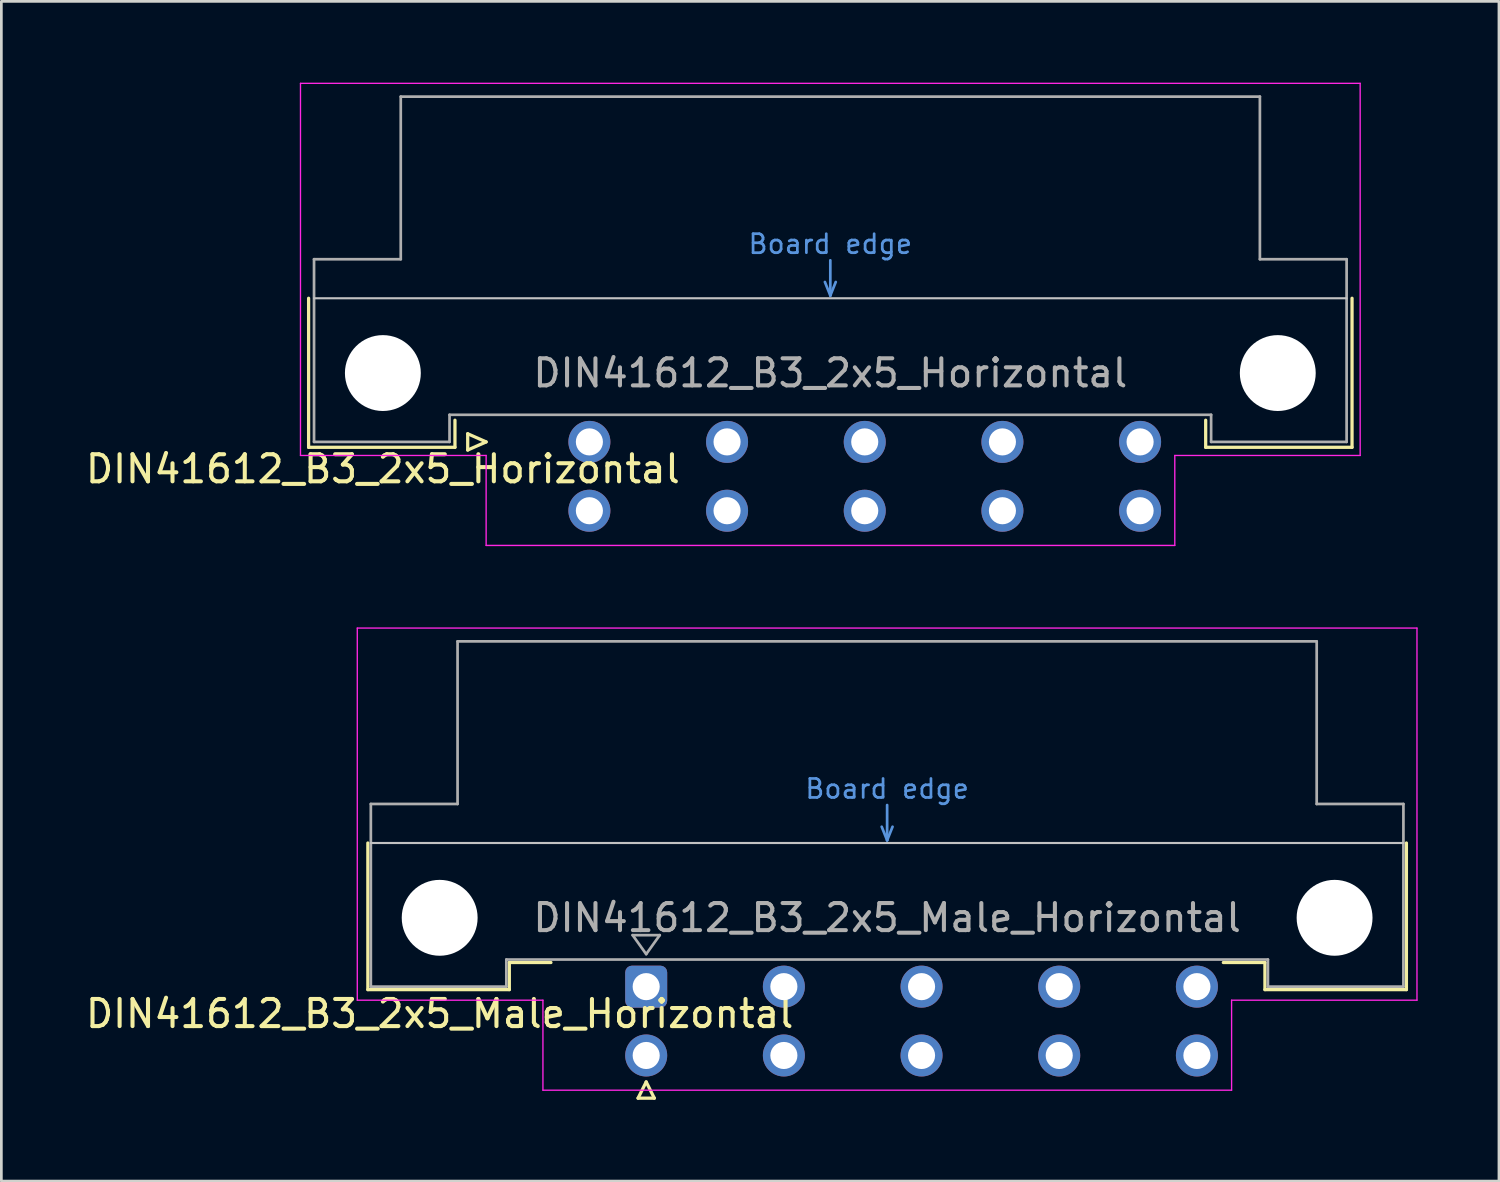
<source format=kicad_pcb>
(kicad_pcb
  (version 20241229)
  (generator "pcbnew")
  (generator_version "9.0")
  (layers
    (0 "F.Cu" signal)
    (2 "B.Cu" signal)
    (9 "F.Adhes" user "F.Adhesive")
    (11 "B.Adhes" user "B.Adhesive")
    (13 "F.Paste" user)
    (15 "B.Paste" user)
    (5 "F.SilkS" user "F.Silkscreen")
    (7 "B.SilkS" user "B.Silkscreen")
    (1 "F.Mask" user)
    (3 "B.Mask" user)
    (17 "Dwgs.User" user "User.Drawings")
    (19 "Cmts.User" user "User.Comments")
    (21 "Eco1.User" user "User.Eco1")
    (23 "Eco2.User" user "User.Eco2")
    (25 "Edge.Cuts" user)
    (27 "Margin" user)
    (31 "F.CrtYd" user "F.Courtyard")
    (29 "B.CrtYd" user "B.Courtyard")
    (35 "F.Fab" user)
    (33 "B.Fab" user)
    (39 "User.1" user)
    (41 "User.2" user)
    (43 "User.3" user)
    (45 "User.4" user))
  (footprint "DIN41612_B3_2x5_Male_Horizontal"
    (layer "F.Cu")
    (at 18.253 33.355)
    (property "Reference" "DIN41612_B3_2x5_Male_Horizontal" (at -5.08 1 0) (layer "F.SilkS") (effects (font (size 1 1) (thickness 0.15))))
    (attr through_hole)
    (fp_line (start -7.73 -5.3) (end -7.73 0.11) (stroke (width 0.12) (type solid)) (layer "F.SilkS"))
    (fp_line (start -7.73 0.11) (end -2.51 0.11) (stroke (width 0.12) (type solid)) (layer "F.SilkS"))
    (fp_line (start -2.51 -0.89) (end -0.975 -0.89) (stroke (width 0.12) (type solid)) (layer "F.SilkS"))
    (fp_line (start -2.51 0.11) (end -2.51 -0.89) (stroke (width 0.12) (type solid)) (layer "F.SilkS"))
    (fp_line (start 2.24 4.115) (end 2.84 4.115) (stroke (width 0.12) (type solid)) (layer "F.SilkS"))
    (fp_line (start 2.54 3.515) (end 2.24 4.115) (stroke (width 0.12) (type solid)) (layer "F.SilkS"))
    (fp_line (start 2.84 4.115) (end 2.54 3.515) (stroke (width 0.12) (type solid)) (layer "F.SilkS"))
    (fp_line (start 25.37 -0.89) (end 23.835 -0.89) (stroke (width 0.12) (type solid)) (layer "F.SilkS"))
    (fp_line (start 25.37 0.11) (end 25.37 -0.89) (stroke (width 0.12) (type solid)) (layer "F.SilkS"))
    (fp_line (start 30.59 -5.3) (end 30.59 0.11) (stroke (width 0.12) (type solid)) (layer "F.SilkS"))
    (fp_line (start 30.59 0.11) (end 25.37 0.11) (stroke (width 0.12) (type solid)) (layer "F.SilkS"))
    (fp_line (start -7.62 -5.3) (end 30.48 -5.3) (stroke (width 0.08) (type solid)) (layer "Dwgs.User"))
    (fp_line (start 11.23 -5.9) (end 11.43 -5.4) (stroke (width 0.1) (type solid)) (layer "Cmts.User"))
    (fp_line (start 11.43 -5.4) (end 11.43 -6.7) (stroke (width 0.1) (type solid)) (layer "Cmts.User"))
    (fp_line (start 11.43 -5.4) (end 11.63 -5.9) (stroke (width 0.1) (type solid)) (layer "Cmts.User"))
    (fp_line (start -8.12 -13.23) (end -8.12 0.5) (stroke (width 0.05) (type solid)) (layer "F.CrtYd"))
    (fp_line (start -8.12 0.5) (end -1.27 0.5) (stroke (width 0.05) (type solid)) (layer "F.CrtYd"))
    (fp_line (start -1.27 0.5) (end -1.27 3.82) (stroke (width 0.05) (type solid)) (layer "F.CrtYd"))
    (fp_line (start -1.27 3.82) (end 24.14 3.82) (stroke (width 0.05) (type solid)) (layer "F.CrtYd"))
    (fp_line (start 24.14 0.5) (end 30.98 0.5) (stroke (width 0.05) (type solid)) (layer "F.CrtYd"))
    (fp_line (start 24.14 3.82) (end 24.14 0.5) (stroke (width 0.05) (type solid)) (layer "F.CrtYd"))
    (fp_line (start 30.98 -13.23) (end -8.12 -13.23) (stroke (width 0.05) (type solid)) (layer "F.CrtYd"))
    (fp_line (start 30.98 0.5) (end 30.98 -13.23) (stroke (width 0.05) (type solid)) (layer "F.CrtYd"))
    (fp_line (start -7.62 -6.74) (end -7.62 0) (stroke (width 0.1) (type solid)) (layer "F.Fab"))
    (fp_line (start -7.62 0) (end -2.62 0) (stroke (width 0.1) (type solid)) (layer "F.Fab"))
    (fp_line (start -4.42 -12.74) (end -4.42 -6.74) (stroke (width 0.1) (type solid)) (layer "F.Fab"))
    (fp_line (start -4.42 -6.74) (end -7.62 -6.74) (stroke (width 0.1) (type solid)) (layer "F.Fab"))
    (fp_line (start -2.62 -1) (end 25.48 -1) (stroke (width 0.1) (type solid)) (layer "F.Fab"))
    (fp_line (start -2.62 0) (end -2.62 -1) (stroke (width 0.1) (type solid)) (layer "F.Fab"))
    (fp_line (start 2.04 -1.9) (end 3.04 -1.9) (stroke (width 0.1) (type solid)) (layer "F.Fab"))
    (fp_line (start 2.54 -1.2) (end 2.04 -1.9) (stroke (width 0.1) (type solid)) (layer "F.Fab"))
    (fp_line (start 3.04 -1.9) (end 2.54 -1.2) (stroke (width 0.1) (type solid)) (layer "F.Fab"))
    (fp_line (start 25.48 -1) (end 25.48 0) (stroke (width 0.1) (type solid)) (layer "F.Fab"))
    (fp_line (start 25.48 0) (end 30.48 0) (stroke (width 0.1) (type solid)) (layer "F.Fab"))
    (fp_line (start 27.28 -12.74) (end -4.42 -12.74) (stroke (width 0.1) (type solid)) (layer "F.Fab"))
    (fp_line (start 27.28 -6.74) (end 27.28 -12.74) (stroke (width 0.1) (type solid)) (layer "F.Fab"))
    (fp_line (start 30.48 -6.74) (end 27.28 -6.74) (stroke (width 0.1) (type solid)) (layer "F.Fab"))
    (fp_line (start 30.48 0) (end 30.48 -6.74) (stroke (width 0.1) (type solid)) (layer "F.Fab"))
    (fp_text user "Board edge" (at 11.43 -7.3 0) (layer "Cmts.User") (effects (font (size 0.7 0.7) (thickness 0.1))))
    (fp_text user "${REFERENCE}" (at 11.43 -2.54 0) (layer "F.Fab") (effects (font (size 1 1) (thickness 0.15))))
    (pad "" np_thru_hole circle (at -5.08 -2.54) (size 2.8 2.8) (drill 2.8) (layers "*.Cu" "*.Mask"))
    (pad "" np_thru_hole circle (at 27.94 -2.54) (size 2.8 2.8) (drill 2.8) (layers "*.Cu" "*.Mask"))
    (pad "a2" thru_hole roundrect (at 2.54 0) (size 1.55 1.55) (drill 1) (layers "*.Cu" "*.Mask") (roundrect_rratio 0.161))
    (pad "a4" thru_hole circle (at 7.62 0) (size 1.55 1.55) (drill 1) (layers "*.Cu" "*.Mask"))
    (pad "a6" thru_hole circle (at 12.7 0) (size 1.55 1.55) (drill 1) (layers "*.Cu" "*.Mask"))
    (pad "a8" thru_hole circle (at 17.78 0) (size 1.55 1.55) (drill 1) (layers "*.Cu" "*.Mask"))
    (pad "a10" thru_hole circle (at 22.86 0) (size 1.55 1.55) (drill 1) (layers "*.Cu" "*.Mask"))
    (pad "b2" thru_hole circle (at 2.54 2.54) (size 1.55 1.55) (drill 1) (layers "*.Cu" "*.Mask"))
    (pad "b4" thru_hole circle (at 7.62 2.54) (size 1.55 1.55) (drill 1) (layers "*.Cu" "*.Mask"))
    (pad "b6" thru_hole circle (at 12.7 2.54) (size 1.55 1.55) (drill 1) (layers "*.Cu" "*.Mask"))
    (pad "b8" thru_hole circle (at 17.78 2.54) (size 1.55 1.55) (drill 1) (layers "*.Cu" "*.Mask"))
    (pad "b10" thru_hole circle (at 22.86 2.54) (size 1.55 1.55) (drill 1) (layers "*.Cu" "*.Mask")))
  (footprint "DIN41612_B3_2x5_Horizontal"
    (layer "F.Cu")
    (at 16.157 13.255)
    (property "Reference" "DIN41612_B3_2x5_Horizontal" (at -5.08 1 0) (layer "F.SilkS") (effects (font (size 1 1) (thickness 0.15))))
    (attr through_hole)
    (fp_line (start -7.82 -5.3) (end -7.82 0.2) (stroke (width 0.12) (type solid)) (layer "F.SilkS"))
    (fp_line (start -7.82 0.2) (end -2.42 0.2) (stroke (width 0.12) (type solid)) (layer "F.SilkS"))
    (fp_line (start -2.42 0.2) (end -2.42 -0.8) (stroke (width 0.12) (type solid)) (layer "F.SilkS"))
    (fp_line (start -1.95 -0.3) (end -1.95 0.3) (stroke (width 0.12) (type solid)) (layer "F.SilkS"))
    (fp_line (start -1.95 0.3) (end -1.27 0) (stroke (width 0.12) (type solid)) (layer "F.SilkS"))
    (fp_line (start -1.27 0) (end -1.95 -0.3) (stroke (width 0.12) (type solid)) (layer "F.SilkS"))
    (fp_line (start 25.28 0.2) (end 25.28 -0.8) (stroke (width 0.12) (type solid)) (layer "F.SilkS"))
    (fp_line (start 30.68 -5.3) (end 30.68 0.2) (stroke (width 0.12) (type solid)) (layer "F.SilkS"))
    (fp_line (start 30.68 0.2) (end 25.28 0.2) (stroke (width 0.12) (type solid)) (layer "F.SilkS"))
    (fp_line (start -7.62 -5.3) (end 30.48 -5.3) (stroke (width 0.08) (type solid)) (layer "Dwgs.User"))
    (fp_line (start 11.23 -5.9) (end 11.43 -5.4) (stroke (width 0.1) (type solid)) (layer "Cmts.User"))
    (fp_line (start 11.43 -5.4) (end 11.43 -6.7) (stroke (width 0.1) (type solid)) (layer "Cmts.User"))
    (fp_line (start 11.43 -5.4) (end 11.63 -5.9) (stroke (width 0.1) (type solid)) (layer "Cmts.User"))
    (fp_line (start -8.12 -13.23) (end -8.12 0.5) (stroke (width 0.05) (type solid)) (layer "F.CrtYd"))
    (fp_line (start -8.12 0.5) (end -1.27 0.5) (stroke (width 0.05) (type solid)) (layer "F.CrtYd"))
    (fp_line (start -1.27 0.5) (end -1.27 3.82) (stroke (width 0.05) (type solid)) (layer "F.CrtYd"))
    (fp_line (start -1.27 3.82) (end 24.14 3.82) (stroke (width 0.05) (type solid)) (layer "F.CrtYd"))
    (fp_line (start 24.14 0.5) (end 30.98 0.5) (stroke (width 0.05) (type solid)) (layer "F.CrtYd"))
    (fp_line (start 24.14 3.82) (end 24.14 0.5) (stroke (width 0.05) (type solid)) (layer "F.CrtYd"))
    (fp_line (start 30.98 -13.23) (end -8.12 -13.23) (stroke (width 0.05) (type solid)) (layer "F.CrtYd"))
    (fp_line (start 30.98 0.5) (end 30.98 -13.23) (stroke (width 0.05) (type solid)) (layer "F.CrtYd"))
    (fp_line (start -7.62 -6.74) (end -7.62 0) (stroke (width 0.1) (type solid)) (layer "F.Fab"))
    (fp_line (start -7.62 0) (end -2.62 0) (stroke (width 0.1) (type solid)) (layer "F.Fab"))
    (fp_line (start -4.42 -12.74) (end -4.42 -6.74) (stroke (width 0.1) (type solid)) (layer "F.Fab"))
    (fp_line (start -4.42 -6.74) (end -7.62 -6.74) (stroke (width 0.1) (type solid)) (layer "F.Fab"))
    (fp_line (start -2.62 -1) (end 25.48 -1) (stroke (width 0.1) (type solid)) (layer "F.Fab"))
    (fp_line (start -2.62 0) (end -2.62 -1) (stroke (width 0.1) (type solid)) (layer "F.Fab"))
    (fp_line (start 25.48 -1) (end 25.48 0) (stroke (width 0.1) (type solid)) (layer "F.Fab"))
    (fp_line (start 25.48 0) (end 30.48 0) (stroke (width 0.1) (type solid)) (layer "F.Fab"))
    (fp_line (start 27.28 -12.74) (end -4.42 -12.74) (stroke (width 0.1) (type solid)) (layer "F.Fab"))
    (fp_line (start 27.28 -6.74) (end 27.28 -12.74) (stroke (width 0.1) (type solid)) (layer "F.Fab"))
    (fp_line (start 30.48 -6.74) (end 27.28 -6.74) (stroke (width 0.1) (type solid)) (layer "F.Fab"))
    (fp_line (start 30.48 0) (end 30.48 -6.74) (stroke (width 0.1) (type solid)) (layer "F.Fab"))
    (fp_text user "Board edge" (at 11.43 -7.3 0) (layer "Cmts.User") (effects (font (size 0.7 0.7) (thickness 0.1))))
    (fp_text user "${REFERENCE}" (at 11.43 -2.54 0) (layer "F.Fab") (effects (font (size 1 1) (thickness 0.15))))
    (pad "" np_thru_hole circle (at -5.08 -2.54) (size 2.8 2.8) (drill 2.8) (layers "*.Cu" "*.Mask"))
    (pad "" np_thru_hole circle (at 27.94 -2.54) (size 2.8 2.8) (drill 2.8) (layers "*.Cu" "*.Mask"))
    (pad "a2" thru_hole circle (at 2.54 0) (size 1.55 1.55) (drill 1) (layers "*.Cu" "*.Mask"))
    (pad "a4" thru_hole circle (at 7.62 0) (size 1.55 1.55) (drill 1) (layers "*.Cu" "*.Mask"))
    (pad "a6" thru_hole circle (at 12.7 0) (size 1.55 1.55) (drill 1) (layers "*.Cu" "*.Mask"))
    (pad "a8" thru_hole circle (at 17.78 0) (size 1.55 1.55) (drill 1) (layers "*.Cu" "*.Mask"))
    (pad "a10" thru_hole circle (at 22.86 0) (size 1.55 1.55) (drill 1) (layers "*.Cu" "*.Mask"))
    (pad "b2" thru_hole circle (at 2.54 2.54) (size 1.55 1.55) (drill 1) (layers "*.Cu" "*.Mask"))
    (pad "b4" thru_hole circle (at 7.62 2.54) (size 1.55 1.55) (drill 1) (layers "*.Cu" "*.Mask"))
    (pad "b6" thru_hole circle (at 12.7 2.54) (size 1.55 1.55) (drill 1) (layers "*.Cu" "*.Mask"))
    (pad "b8" thru_hole circle (at 17.78 2.54) (size 1.55 1.55) (drill 1) (layers "*.Cu" "*.Mask"))
    (pad "b10" thru_hole circle (at 22.86 2.54) (size 1.55 1.55) (drill 1) (layers "*.Cu" "*.Mask")))
  (gr_rect
    (start -3 -3)
    (end 52.258 40.53)
    (stroke (width 0.1) (type default))
    (fill no)
    (layer "Edge.Cuts")))
</source>
